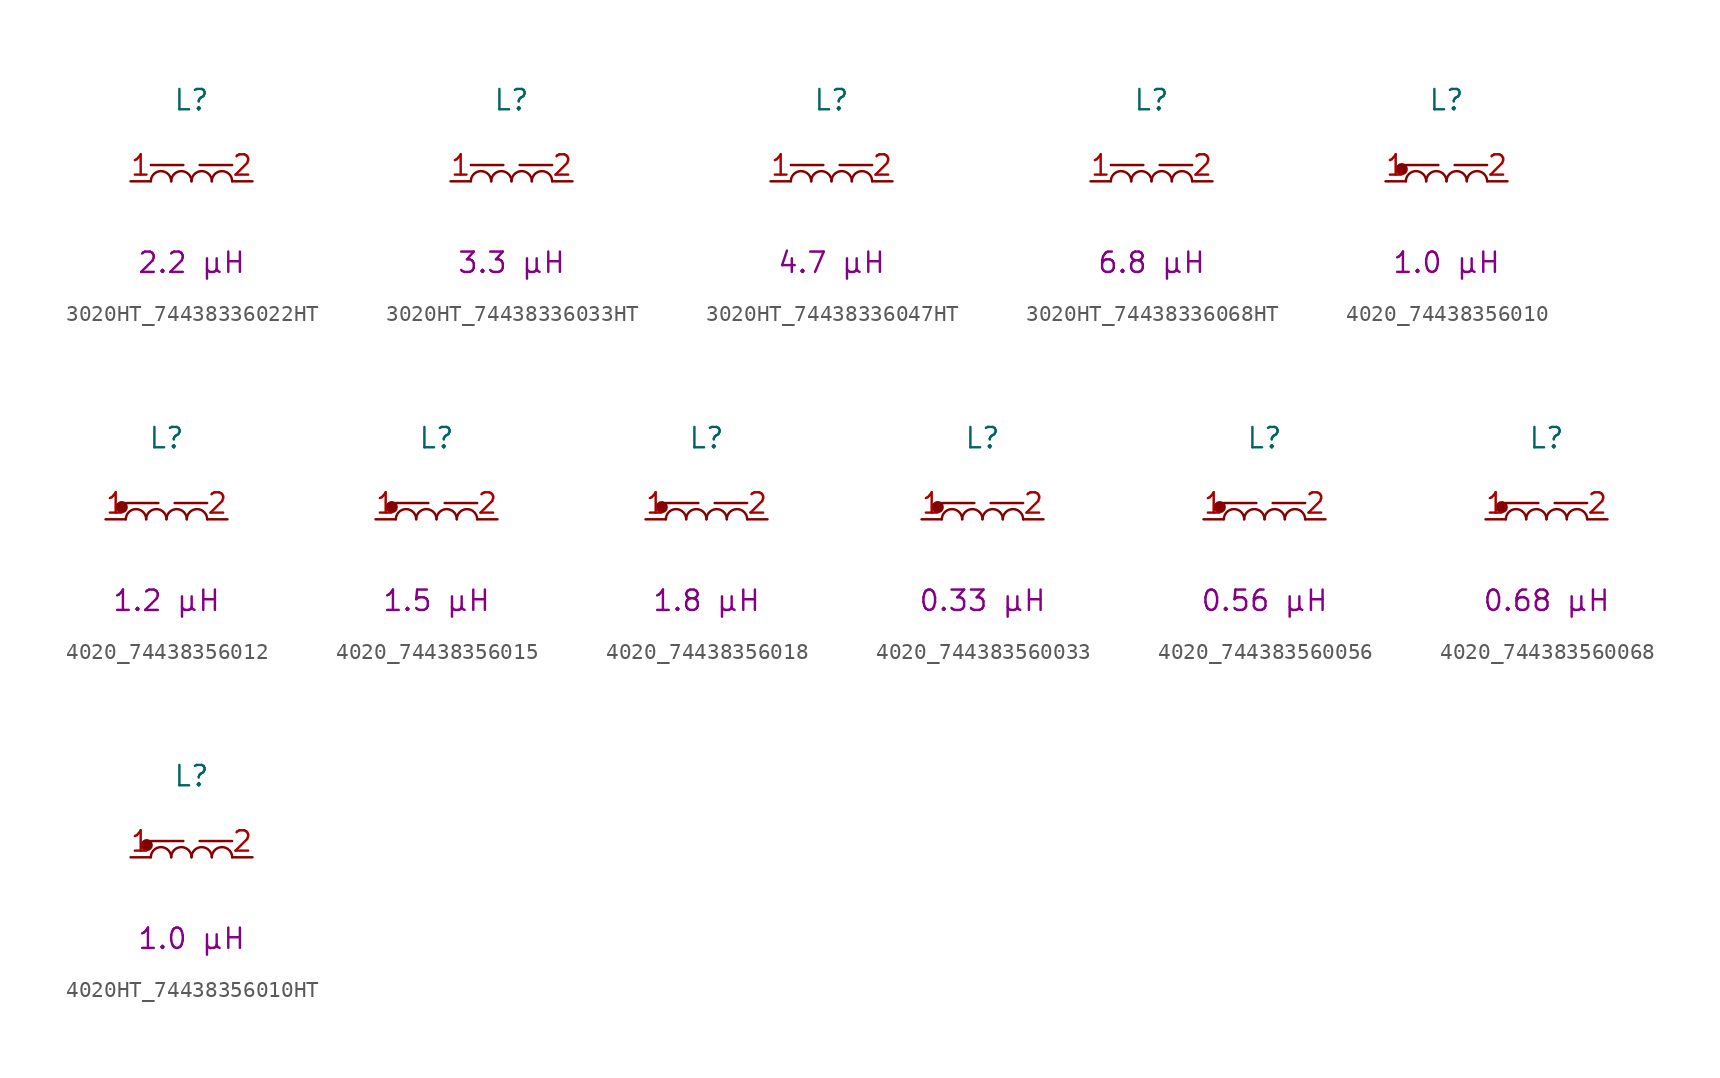
<source format=kicad_sym>
(kicad_symbol_lib
  (version 20220914)
  (generator kicad_symbol_editor)
  (symbol "3020HT_74438336022HT"
    (pin_names hide)
    (property "Reference" "L"
      (at 0 5.08 0)
      (effects (font (size 1.27 1.27))))
    (property "Critical Parameter" "2.2 µH"
      (at 0 -5.08 0)
      (effects (font (size 1.27 1.27))))
    (symbol "3020HT_74438336022HT_0_1"
      (arc (start -1.27 0) (mid -1.905 0.6323) (end -2.54 0) (stroke (width 0) (type default)) (fill (type none)))
      (arc (start 0 0) (mid -0.635 0.6323) (end -1.27 0) (stroke (width 0) (type default)) (fill (type none)))
      (polyline (pts (xy -2.54 1.016) (xy -0.508 1.016)) (stroke (width 0) (type default)) (fill (type none)))
      (arc (start 1.27 0) (mid 0.635 0.6323) (end 0 0) (stroke (width 0) (type default)) (fill (type none)))
      (arc (start 2.54 0) (mid 1.905 0.6323) (end 1.27 0) (stroke (width 0) (type default)) (fill (type none))))
    (symbol "3020HT_74438336022HT_1_1"
      (polyline (pts (xy 2.54 1.016) (xy 0.508 1.016)) (stroke (width 0) (type default)) (fill (type none)))
      (pin passive line (at -3.81 0 0) (length 1.27) (name "1" (effects (font (size 1.27 1.27)))) (number "1" (effects (font (size 1.27 1.27)))))
      (pin passive line (at 3.81 0 180) (length 1.27) (name "2" (effects (font (size 1.27 1.27)))) (number "2" (effects (font (size 1.27 1.27)))))))
  (symbol "3020HT_74438336033HT"
    (pin_names hide)
    (property "Reference" "L"
      (at 0 5.08 0)
      (effects (font (size 1.27 1.27))))
    (property "Critical Parameter" "3.3 µH"
      (at 0 -5.08 0)
      (effects (font (size 1.27 1.27))))
    (symbol "3020HT_74438336033HT_0_1"
      (arc (start -1.27 0) (mid -1.905 0.6323) (end -2.54 0) (stroke (width 0) (type default)) (fill (type none)))
      (arc (start 0 0) (mid -0.635 0.6323) (end -1.27 0) (stroke (width 0) (type default)) (fill (type none)))
      (polyline (pts (xy -2.54 1.016) (xy -0.508 1.016)) (stroke (width 0) (type default)) (fill (type none)))
      (arc (start 1.27 0) (mid 0.635 0.6323) (end 0 0) (stroke (width 0) (type default)) (fill (type none)))
      (arc (start 2.54 0) (mid 1.905 0.6323) (end 1.27 0) (stroke (width 0) (type default)) (fill (type none))))
    (symbol "3020HT_74438336033HT_1_1"
      (polyline (pts (xy 2.54 1.016) (xy 0.508 1.016)) (stroke (width 0) (type default)) (fill (type none)))
      (pin passive line (at -3.81 0 0) (length 1.27) (name "1" (effects (font (size 1.27 1.27)))) (number "1" (effects (font (size 1.27 1.27)))))
      (pin passive line (at 3.81 0 180) (length 1.27) (name "2" (effects (font (size 1.27 1.27)))) (number "2" (effects (font (size 1.27 1.27)))))))
  (symbol "3020HT_74438336047HT"
    (pin_names hide)
    (property "Reference" "L"
      (at 0 5.08 0)
      (effects (font (size 1.27 1.27))))
    (property "Critical Parameter" "4.7 µH"
      (at 0 -5.08 0)
      (effects (font (size 1.27 1.27))))
    (symbol "3020HT_74438336047HT_0_1"
      (arc (start -1.27 0) (mid -1.905 0.6323) (end -2.54 0) (stroke (width 0) (type default)) (fill (type none)))
      (arc (start 0 0) (mid -0.635 0.6323) (end -1.27 0) (stroke (width 0) (type default)) (fill (type none)))
      (polyline (pts (xy -2.54 1.016) (xy -0.508 1.016)) (stroke (width 0) (type default)) (fill (type none)))
      (arc (start 1.27 0) (mid 0.635 0.6323) (end 0 0) (stroke (width 0) (type default)) (fill (type none)))
      (arc (start 2.54 0) (mid 1.905 0.6323) (end 1.27 0) (stroke (width 0) (type default)) (fill (type none))))
    (symbol "3020HT_74438336047HT_1_1"
      (polyline (pts (xy 2.54 1.016) (xy 0.508 1.016)) (stroke (width 0) (type default)) (fill (type none)))
      (pin passive line (at -3.81 0 0) (length 1.27) (name "1" (effects (font (size 1.27 1.27)))) (number "1" (effects (font (size 1.27 1.27)))))
      (pin passive line (at 3.81 0 180) (length 1.27) (name "2" (effects (font (size 1.27 1.27)))) (number "2" (effects (font (size 1.27 1.27)))))))
  (symbol "3020HT_74438336068HT"
    (pin_names hide)
    (property "Reference" "L"
      (at 0 5.08 0)
      (effects (font (size 1.27 1.27))))
    (property "Critical Parameter" "6.8 µH"
      (at 0 -5.08 0)
      (effects (font (size 1.27 1.27))))
    (symbol "3020HT_74438336068HT_0_1"
      (arc (start -1.27 0) (mid -1.905 0.6323) (end -2.54 0) (stroke (width 0) (type default)) (fill (type none)))
      (arc (start 0 0) (mid -0.635 0.6323) (end -1.27 0) (stroke (width 0) (type default)) (fill (type none)))
      (polyline (pts (xy -2.54 1.016) (xy -0.508 1.016)) (stroke (width 0) (type default)) (fill (type none)))
      (arc (start 1.27 0) (mid 0.635 0.6323) (end 0 0) (stroke (width 0) (type default)) (fill (type none)))
      (arc (start 2.54 0) (mid 1.905 0.6323) (end 1.27 0) (stroke (width 0) (type default)) (fill (type none))))
    (symbol "3020HT_74438336068HT_1_1"
      (polyline (pts (xy 2.54 1.016) (xy 0.508 1.016)) (stroke (width 0) (type default)) (fill (type none)))
      (pin passive line (at -3.81 0 0) (length 1.27) (name "1" (effects (font (size 1.27 1.27)))) (number "1" (effects (font (size 1.27 1.27)))))
      (pin passive line (at 3.81 0 180) (length 1.27) (name "2" (effects (font (size 1.27 1.27)))) (number "2" (effects (font (size 1.27 1.27)))))))
  (symbol "4020_74438356010"
    (pin_names hide)
    (property "Reference" "L"
      (at 0 5.08 0)
      (effects (font (size 1.27 1.27))))
    (property "Critical Parameter" "1.0 µH"
      (at 0 -5.08 0)
      (effects (font (size 1.27 1.27))))
    (symbol "4020_74438356010_0_1"
      (arc (start -1.27 0) (mid -1.905 0.6323) (end -2.54 0) (stroke (width 0) (type default)) (fill (type none)))
      (arc (start 0 0) (mid -0.635 0.6323) (end -1.27 0) (stroke (width 0) (type default)) (fill (type none)))
      (polyline (pts (xy -2.54 1.016) (xy -0.508 1.016)) (stroke (width 0) (type default)) (fill (type none)))
      (arc (start 1.27 0) (mid 0.635 0.6323) (end 0 0) (stroke (width 0) (type default)) (fill (type none)))
      (arc (start 2.54 0) (mid 1.905 0.6323) (end 1.27 0) (stroke (width 0) (type default)) (fill (type none))))
    (symbol "4020_74438356010_1_1"
      (circle (center -2.794 0.762) (radius 0.0001) (stroke (width 0.381) (type default)) (fill (type none)))
      (polyline (pts (xy 2.54 1.016) (xy 0.508 1.016)) (stroke (width 0) (type default)) (fill (type none)))
      (pin passive line (at -3.81 0 0) (length 1.27) (name "1" (effects (font (size 1.27 1.27)))) (number "1" (effects (font (size 1.27 1.27)))))
      (pin passive line (at 3.81 0 180) (length 1.27) (name "2" (effects (font (size 1.27 1.27)))) (number "2" (effects (font (size 1.27 1.27)))))))
  (symbol "4020_74438356012"
    (pin_names hide)
    (property "Reference" "L"
      (at 0 5.08 0)
      (effects (font (size 1.27 1.27))))
    (property "Critical Parameter" "1.2 µH"
      (at 0 -5.08 0)
      (effects (font (size 1.27 1.27))))
    (symbol "4020_74438356012_0_1"
      (arc (start -1.27 0) (mid -1.905 0.6323) (end -2.54 0) (stroke (width 0) (type default)) (fill (type none)))
      (arc (start 0 0) (mid -0.635 0.6323) (end -1.27 0) (stroke (width 0) (type default)) (fill (type none)))
      (polyline (pts (xy -2.54 1.016) (xy -0.508 1.016)) (stroke (width 0) (type default)) (fill (type none)))
      (arc (start 1.27 0) (mid 0.635 0.6323) (end 0 0) (stroke (width 0) (type default)) (fill (type none)))
      (arc (start 2.54 0) (mid 1.905 0.6323) (end 1.27 0) (stroke (width 0) (type default)) (fill (type none))))
    (symbol "4020_74438356012_1_1"
      (circle (center -2.794 0.762) (radius 0.0001) (stroke (width 0.381) (type default)) (fill (type none)))
      (polyline (pts (xy 2.54 1.016) (xy 0.508 1.016)) (stroke (width 0) (type default)) (fill (type none)))
      (pin passive line (at -3.81 0 0) (length 1.27) (name "1" (effects (font (size 1.27 1.27)))) (number "1" (effects (font (size 1.27 1.27)))))
      (pin passive line (at 3.81 0 180) (length 1.27) (name "2" (effects (font (size 1.27 1.27)))) (number "2" (effects (font (size 1.27 1.27)))))))
  (symbol "4020_74438356015"
    (pin_names hide)
    (property "Reference" "L"
      (at 0 5.08 0)
      (effects (font (size 1.27 1.27))))
    (property "Critical Parameter" "1.5 µH"
      (at 0 -5.08 0)
      (effects (font (size 1.27 1.27))))
    (symbol "4020_74438356015_0_1"
      (arc (start -1.27 0) (mid -1.905 0.6323) (end -2.54 0) (stroke (width 0) (type default)) (fill (type none)))
      (arc (start 0 0) (mid -0.635 0.6323) (end -1.27 0) (stroke (width 0) (type default)) (fill (type none)))
      (polyline (pts (xy -2.54 1.016) (xy -0.508 1.016)) (stroke (width 0) (type default)) (fill (type none)))
      (arc (start 1.27 0) (mid 0.635 0.6323) (end 0 0) (stroke (width 0) (type default)) (fill (type none)))
      (arc (start 2.54 0) (mid 1.905 0.6323) (end 1.27 0) (stroke (width 0) (type default)) (fill (type none))))
    (symbol "4020_74438356015_1_1"
      (circle (center -2.794 0.762) (radius 0.0001) (stroke (width 0.381) (type default)) (fill (type none)))
      (polyline (pts (xy 2.54 1.016) (xy 0.508 1.016)) (stroke (width 0) (type default)) (fill (type none)))
      (pin passive line (at -3.81 0 0) (length 1.27) (name "1" (effects (font (size 1.27 1.27)))) (number "1" (effects (font (size 1.27 1.27)))))
      (pin passive line (at 3.81 0 180) (length 1.27) (name "2" (effects (font (size 1.27 1.27)))) (number "2" (effects (font (size 1.27 1.27)))))))
  (symbol "4020_74438356018"
    (pin_names hide)
    (property "Reference" "L"
      (at 0 5.08 0)
      (effects (font (size 1.27 1.27))))
    (property "Critical Parameter" "1.8 µH"
      (at 0 -5.08 0)
      (effects (font (size 1.27 1.27))))
    (symbol "4020_74438356018_0_1"
      (arc (start -1.27 0) (mid -1.905 0.6323) (end -2.54 0) (stroke (width 0) (type default)) (fill (type none)))
      (arc (start 0 0) (mid -0.635 0.6323) (end -1.27 0) (stroke (width 0) (type default)) (fill (type none)))
      (polyline (pts (xy -2.54 1.016) (xy -0.508 1.016)) (stroke (width 0) (type default)) (fill (type none)))
      (arc (start 1.27 0) (mid 0.635 0.6323) (end 0 0) (stroke (width 0) (type default)) (fill (type none)))
      (arc (start 2.54 0) (mid 1.905 0.6323) (end 1.27 0) (stroke (width 0) (type default)) (fill (type none))))
    (symbol "4020_74438356018_1_1"
      (circle (center -2.794 0.762) (radius 0.0001) (stroke (width 0.381) (type default)) (fill (type none)))
      (polyline (pts (xy 2.54 1.016) (xy 0.508 1.016)) (stroke (width 0) (type default)) (fill (type none)))
      (pin passive line (at -3.81 0 0) (length 1.27) (name "1" (effects (font (size 1.27 1.27)))) (number "1" (effects (font (size 1.27 1.27)))))
      (pin passive line (at 3.81 0 180) (length 1.27) (name "2" (effects (font (size 1.27 1.27)))) (number "2" (effects (font (size 1.27 1.27)))))))
  (symbol "4020_744383560033"
    (pin_names hide)
    (property "Reference" "L"
      (at 0 5.08 0)
      (effects (font (size 1.27 1.27))))
    (property "Critical Parameter" "0.33 µH"
      (at 0 -5.08 0)
      (effects (font (size 1.27 1.27))))
    (symbol "4020_744383560033_0_1"
      (arc (start -1.27 0) (mid -1.905 0.6323) (end -2.54 0) (stroke (width 0) (type default)) (fill (type none)))
      (arc (start 0 0) (mid -0.635 0.6323) (end -1.27 0) (stroke (width 0) (type default)) (fill (type none)))
      (polyline (pts (xy -2.54 1.016) (xy -0.508 1.016)) (stroke (width 0) (type default)) (fill (type none)))
      (arc (start 1.27 0) (mid 0.635 0.6323) (end 0 0) (stroke (width 0) (type default)) (fill (type none)))
      (arc (start 2.54 0) (mid 1.905 0.6323) (end 1.27 0) (stroke (width 0) (type default)) (fill (type none))))
    (symbol "4020_744383560033_1_1"
      (circle (center -2.794 0.762) (radius 0.0001) (stroke (width 0.381) (type default)) (fill (type none)))
      (polyline (pts (xy 2.54 1.016) (xy 0.508 1.016)) (stroke (width 0) (type default)) (fill (type none)))
      (pin passive line (at -3.81 0 0) (length 1.27) (name "1" (effects (font (size 1.27 1.27)))) (number "1" (effects (font (size 1.27 1.27)))))
      (pin passive line (at 3.81 0 180) (length 1.27) (name "2" (effects (font (size 1.27 1.27)))) (number "2" (effects (font (size 1.27 1.27)))))))
  (symbol "4020_744383560056"
    (pin_names hide)
    (property "Reference" "L"
      (at 0 5.08 0)
      (effects (font (size 1.27 1.27))))
    (property "Critical Parameter" "0.56 µH"
      (at 0 -5.08 0)
      (effects (font (size 1.27 1.27))))
    (symbol "4020_744383560056_0_1"
      (arc (start -1.27 0) (mid -1.905 0.6323) (end -2.54 0) (stroke (width 0) (type default)) (fill (type none)))
      (arc (start 0 0) (mid -0.635 0.6323) (end -1.27 0) (stroke (width 0) (type default)) (fill (type none)))
      (polyline (pts (xy -2.54 1.016) (xy -0.508 1.016)) (stroke (width 0) (type default)) (fill (type none)))
      (arc (start 1.27 0) (mid 0.635 0.6323) (end 0 0) (stroke (width 0) (type default)) (fill (type none)))
      (arc (start 2.54 0) (mid 1.905 0.6323) (end 1.27 0) (stroke (width 0) (type default)) (fill (type none))))
    (symbol "4020_744383560056_1_1"
      (circle (center -2.794 0.762) (radius 0.0001) (stroke (width 0.381) (type default)) (fill (type none)))
      (polyline (pts (xy 2.54 1.016) (xy 0.508 1.016)) (stroke (width 0) (type default)) (fill (type none)))
      (pin passive line (at -3.81 0 0) (length 1.27) (name "1" (effects (font (size 1.27 1.27)))) (number "1" (effects (font (size 1.27 1.27)))))
      (pin passive line (at 3.81 0 180) (length 1.27) (name "2" (effects (font (size 1.27 1.27)))) (number "2" (effects (font (size 1.27 1.27)))))))
  (symbol "4020_744383560068"
    (pin_names hide)
    (property "Reference" "L"
      (at 0 5.08 0)
      (effects (font (size 1.27 1.27))))
    (property "Critical Parameter" "0.68 µH"
      (at 0 -5.08 0)
      (effects (font (size 1.27 1.27))))
    (symbol "4020_744383560068_0_1"
      (arc (start -1.27 0) (mid -1.905 0.6323) (end -2.54 0) (stroke (width 0) (type default)) (fill (type none)))
      (arc (start 0 0) (mid -0.635 0.6323) (end -1.27 0) (stroke (width 0) (type default)) (fill (type none)))
      (polyline (pts (xy -2.54 1.016) (xy -0.508 1.016)) (stroke (width 0) (type default)) (fill (type none)))
      (arc (start 1.27 0) (mid 0.635 0.6323) (end 0 0) (stroke (width 0) (type default)) (fill (type none)))
      (arc (start 2.54 0) (mid 1.905 0.6323) (end 1.27 0) (stroke (width 0) (type default)) (fill (type none))))
    (symbol "4020_744383560068_1_1"
      (circle (center -2.794 0.762) (radius 0.0001) (stroke (width 0.381) (type default)) (fill (type none)))
      (polyline (pts (xy 2.54 1.016) (xy 0.508 1.016)) (stroke (width 0) (type default)) (fill (type none)))
      (pin passive line (at -3.81 0 0) (length 1.27) (name "1" (effects (font (size 1.27 1.27)))) (number "1" (effects (font (size 1.27 1.27)))))
      (pin passive line (at 3.81 0 180) (length 1.27) (name "2" (effects (font (size 1.27 1.27)))) (number "2" (effects (font (size 1.27 1.27)))))))
  (symbol "4020HT_74438356010HT"
    (pin_names hide)
    (property "Reference" "L"
      (at 0 5.08 0)
      (effects (font (size 1.27 1.27))))
    (property "Critical Parameter" "1.0 µH"
      (at 0 -5.08 0)
      (effects (font (size 1.27 1.27))))
    (symbol "4020HT_74438356010HT_0_1"
      (arc (start -1.27 0) (mid -1.905 0.6323) (end -2.54 0) (stroke (width 0) (type default)) (fill (type none)))
      (arc (start 0 0) (mid -0.635 0.6323) (end -1.27 0) (stroke (width 0) (type default)) (fill (type none)))
      (polyline (pts (xy -2.54 1.016) (xy -0.508 1.016)) (stroke (width 0) (type default)) (fill (type none)))
      (arc (start 1.27 0) (mid 0.635 0.6323) (end 0 0) (stroke (width 0) (type default)) (fill (type none)))
      (arc (start 2.54 0) (mid 1.905 0.6323) (end 1.27 0) (stroke (width 0) (type default)) (fill (type none))))
    (symbol "4020HT_74438356010HT_1_1"
      (circle (center -2.794 0.762) (radius 0.0001) (stroke (width 0.381) (type default)) (fill (type none)))
      (polyline (pts (xy 2.54 1.016) (xy 0.508 1.016)) (stroke (width 0) (type default)) (fill (type none)))
      (pin passive line (at -3.81 0 0) (length 1.27) (name "1" (effects (font (size 1.27 1.27)))) (number "1" (effects (font (size 1.27 1.27)))))
      (pin passive line (at 3.81 0 180) (length 1.27) (name "2" (effects (font (size 1.27 1.27)))) (number "2" (effects (font (size 1.27 1.27))))))))
</source>
